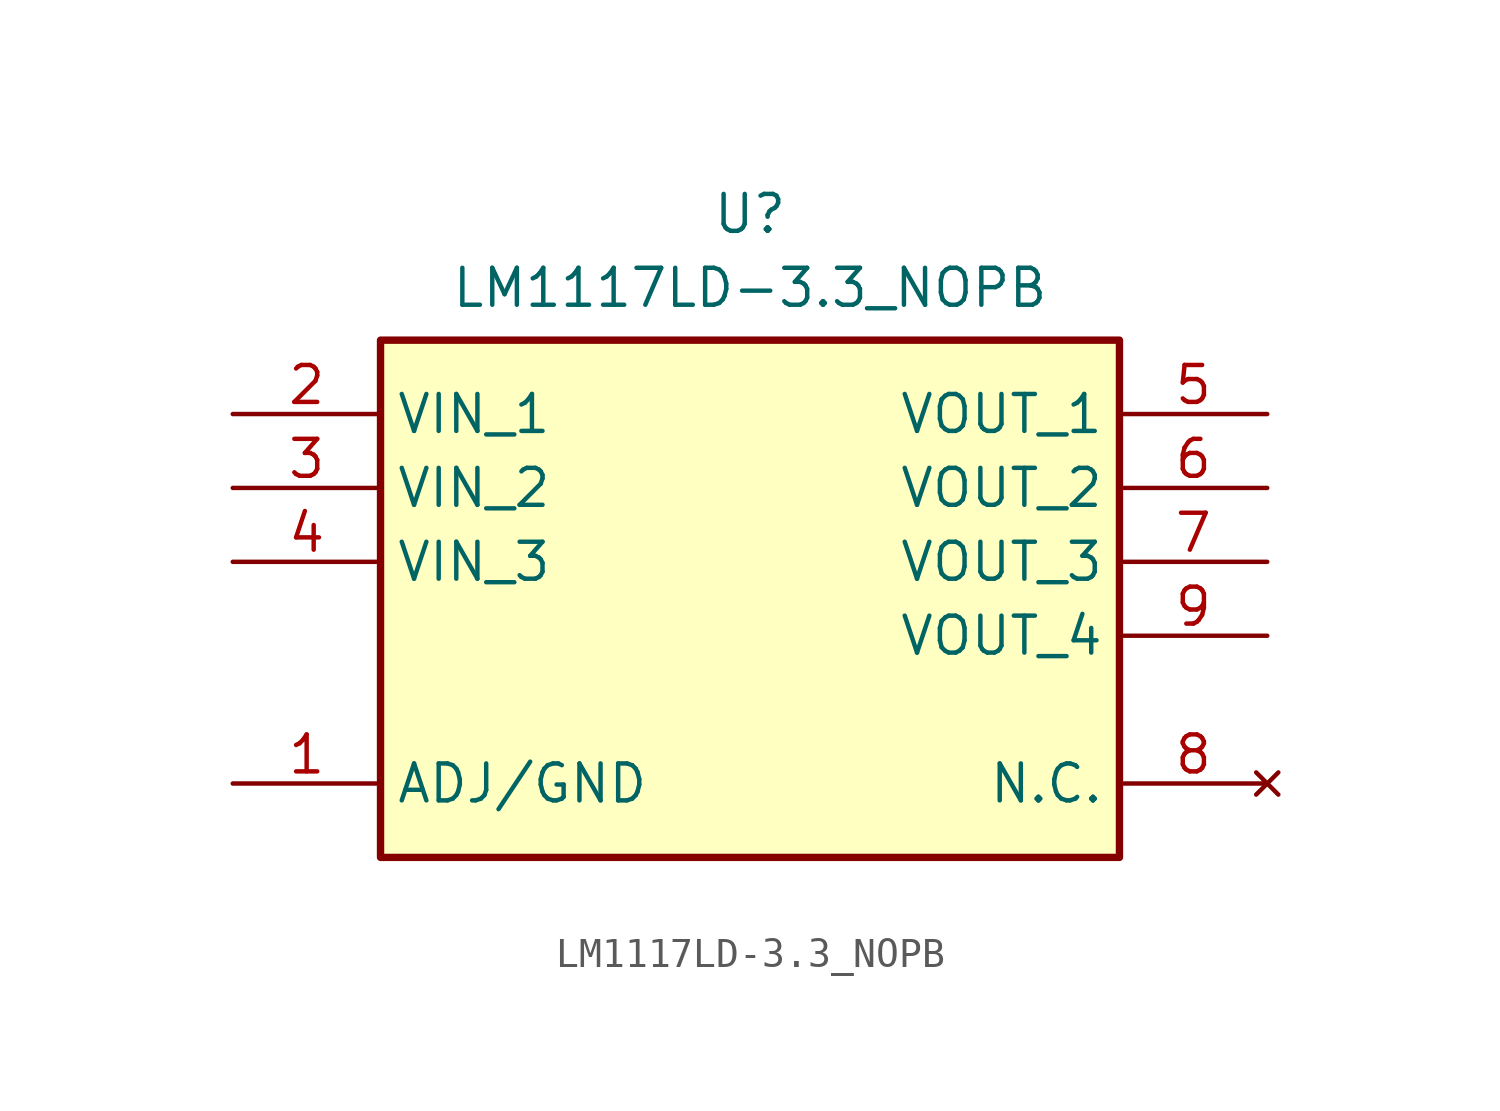
<source format=kicad_sym>
(kicad_symbol_lib
  (version 20231120)
  (generator "kicad_symbol_editor")
  (generator_version "8.0")
  (symbol "LM1117LD-3.3_NOPB"
    (property "Reference" "U"
      (at 0 5.08 0)
      (effects (font (size 1.27 1.27)) (justify top)))
    (property "Value" "LM1117LD-3.3_NOPB"
      (at 0 2.54 0)
      (effects (font (size 1.27 1.27)) (justify top)))
    (symbol "LM1117LD-3.3_NOPB_1_1"
      (rectangle (start -12.7 0) (end 12.7 -17.78) (stroke (width 0.254) (type default)) (fill (type background)))
      (pin power_in line (at -17.78 -15.24 0) (length 5.08) (name "ADJ/GND" (effects (font (size 1.27 1.27)))) (number "1" (effects (font (size 1.27 1.27)))))
      (pin power_in line (at -17.78 -2.54 0) (length 5.08) (name "VIN_1" (effects (font (size 1.27 1.27)))) (number "2" (effects (font (size 1.27 1.27)))))
      (pin power_in line (at -17.78 -5.08 0) (length 5.08) (name "VIN_2" (effects (font (size 1.27 1.27)))) (number "3" (effects (font (size 1.27 1.27)))))
      (pin power_in line (at -17.78 -7.62 0) (length 5.08) (name "VIN_3" (effects (font (size 1.27 1.27)))) (number "4" (effects (font (size 1.27 1.27)))))
      (pin power_in line (at 17.78 -2.54 180) (length 5.08) (name "VOUT_1" (effects (font (size 1.27 1.27)))) (number "5" (effects (font (size 1.27 1.27)))))
      (pin power_in line (at 17.78 -5.08 180) (length 5.08) (name "VOUT_2" (effects (font (size 1.27 1.27)))) (number "6" (effects (font (size 1.27 1.27)))))
      (pin power_in line (at 17.78 -7.62 180) (length 5.08) (name "VOUT_3" (effects (font (size 1.27 1.27)))) (number "7" (effects (font (size 1.27 1.27)))))
      (pin no_connect line (at 17.78 -15.24 180) (length 5.08) (name "N.C." (effects (font (size 1.27 1.27)))) (number "8" (effects (font (size 1.27 1.27)))))
      (pin power_in line (at 17.78 -10.16 180) (length 5.08) (name "VOUT_4" (effects (font (size 1.27 1.27)))) (number "9" (effects (font (size 1.27 1.27))))))))
</source>
